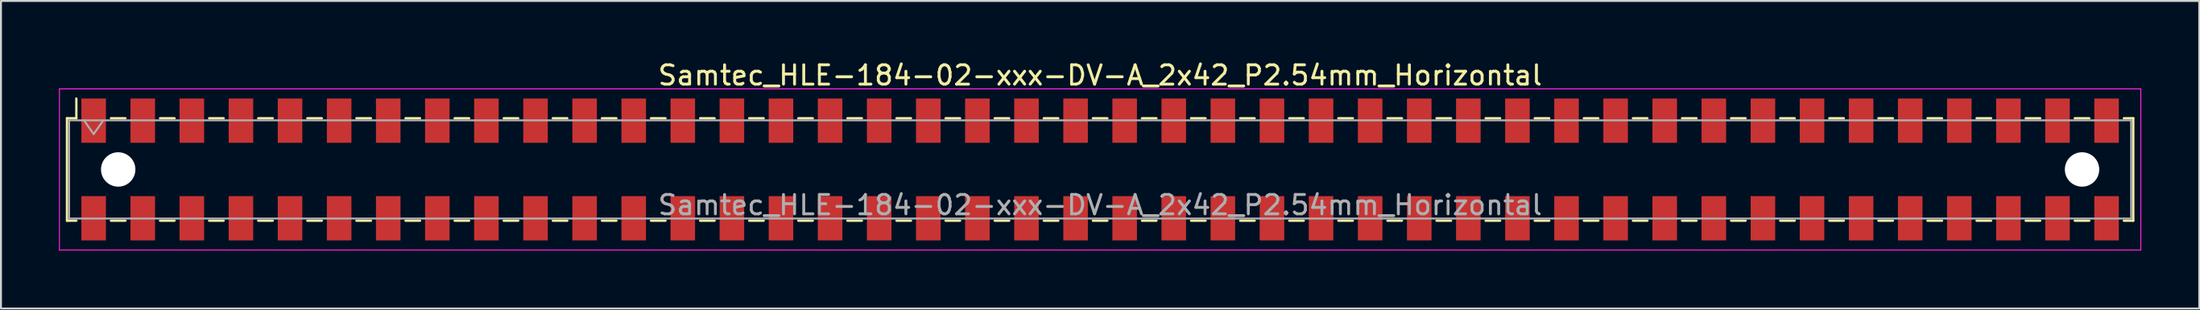
<source format=kicad_pcb>
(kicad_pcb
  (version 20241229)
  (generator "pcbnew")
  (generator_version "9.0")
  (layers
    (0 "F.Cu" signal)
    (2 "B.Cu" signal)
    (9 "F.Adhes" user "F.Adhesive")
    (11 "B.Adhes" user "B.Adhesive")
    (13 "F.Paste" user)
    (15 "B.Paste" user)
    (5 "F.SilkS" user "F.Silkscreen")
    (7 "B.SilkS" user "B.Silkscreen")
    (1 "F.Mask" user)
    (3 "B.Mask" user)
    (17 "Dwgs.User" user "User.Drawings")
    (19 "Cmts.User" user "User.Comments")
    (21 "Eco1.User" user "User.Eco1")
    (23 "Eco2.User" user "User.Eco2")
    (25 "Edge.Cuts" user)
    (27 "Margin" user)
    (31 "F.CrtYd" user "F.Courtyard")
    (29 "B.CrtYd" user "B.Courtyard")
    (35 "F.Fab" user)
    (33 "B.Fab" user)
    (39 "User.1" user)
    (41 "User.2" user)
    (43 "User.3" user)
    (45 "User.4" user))
  (footprint "Samtec_HLE-184-02-xxx-DV-A_2x42_P2.54mm_Horizontal"
    (layer "F.Cu")
    (at 53.865 5.718)
    (property "Reference" "Samtec_HLE-184-02-xxx-DV-A_2x42_P2.54mm_Horizontal" (at 0 -4.87 0) (layer "F.SilkS") (effects (font (size 1 1) (thickness 0.15))))
    (attr smd)
    (fp_line (start -53.45 -2.65) (end -53.45 2.65) (stroke (width 0.12) (type solid)) (layer "F.SilkS"))
    (fp_line (start -53.45 2.65) (end -52.965 2.65) (stroke (width 0.12) (type solid)) (layer "F.SilkS"))
    (fp_line (start -52.965 -3.67) (end -52.965 -2.65) (stroke (width 0.12) (type solid)) (layer "F.SilkS"))
    (fp_line (start -52.965 -2.65) (end -53.45 -2.65) (stroke (width 0.12) (type solid)) (layer "F.SilkS"))
    (fp_line (start -51.175 -2.65) (end -50.425 -2.65) (stroke (width 0.12) (type solid)) (layer "F.SilkS"))
    (fp_line (start -51.175 2.65) (end -50.425 2.65) (stroke (width 0.12) (type solid)) (layer "F.SilkS"))
    (fp_line (start -48.635 -2.65) (end -47.885 -2.65) (stroke (width 0.12) (type solid)) (layer "F.SilkS"))
    (fp_line (start -48.635 2.65) (end -47.885 2.65) (stroke (width 0.12) (type solid)) (layer "F.SilkS"))
    (fp_line (start -46.095 -2.65) (end -45.345 -2.65) (stroke (width 0.12) (type solid)) (layer "F.SilkS"))
    (fp_line (start -46.095 2.65) (end -45.345 2.65) (stroke (width 0.12) (type solid)) (layer "F.SilkS"))
    (fp_line (start -43.555 -2.65) (end -42.805 -2.65) (stroke (width 0.12) (type solid)) (layer "F.SilkS"))
    (fp_line (start -43.555 2.65) (end -42.805 2.65) (stroke (width 0.12) (type solid)) (layer "F.SilkS"))
    (fp_line (start -41.015 -2.65) (end -40.265 -2.65) (stroke (width 0.12) (type solid)) (layer "F.SilkS"))
    (fp_line (start -41.015 2.65) (end -40.265 2.65) (stroke (width 0.12) (type solid)) (layer "F.SilkS"))
    (fp_line (start -38.475 -2.65) (end -37.725 -2.65) (stroke (width 0.12) (type solid)) (layer "F.SilkS"))
    (fp_line (start -38.475 2.65) (end -37.725 2.65) (stroke (width 0.12) (type solid)) (layer "F.SilkS"))
    (fp_line (start -35.935 -2.65) (end -35.185 -2.65) (stroke (width 0.12) (type solid)) (layer "F.SilkS"))
    (fp_line (start -35.935 2.65) (end -35.185 2.65) (stroke (width 0.12) (type solid)) (layer "F.SilkS"))
    (fp_line (start -33.395 -2.65) (end -32.645 -2.65) (stroke (width 0.12) (type solid)) (layer "F.SilkS"))
    (fp_line (start -33.395 2.65) (end -32.645 2.65) (stroke (width 0.12) (type solid)) (layer "F.SilkS"))
    (fp_line (start -30.855 -2.65) (end -30.105 -2.65) (stroke (width 0.12) (type solid)) (layer "F.SilkS"))
    (fp_line (start -30.855 2.65) (end -30.105 2.65) (stroke (width 0.12) (type solid)) (layer "F.SilkS"))
    (fp_line (start -28.315 -2.65) (end -27.565 -2.65) (stroke (width 0.12) (type solid)) (layer "F.SilkS"))
    (fp_line (start -28.315 2.65) (end -27.565 2.65) (stroke (width 0.12) (type solid)) (layer "F.SilkS"))
    (fp_line (start -25.775 -2.65) (end -25.025 -2.65) (stroke (width 0.12) (type solid)) (layer "F.SilkS"))
    (fp_line (start -25.775 2.65) (end -25.025 2.65) (stroke (width 0.12) (type solid)) (layer "F.SilkS"))
    (fp_line (start -23.235 -2.65) (end -22.485 -2.65) (stroke (width 0.12) (type solid)) (layer "F.SilkS"))
    (fp_line (start -23.235 2.65) (end -22.485 2.65) (stroke (width 0.12) (type solid)) (layer "F.SilkS"))
    (fp_line (start -20.695 -2.65) (end -19.945 -2.65) (stroke (width 0.12) (type solid)) (layer "F.SilkS"))
    (fp_line (start -20.695 2.65) (end -19.945 2.65) (stroke (width 0.12) (type solid)) (layer "F.SilkS"))
    (fp_line (start -18.155 -2.65) (end -17.405 -2.65) (stroke (width 0.12) (type solid)) (layer "F.SilkS"))
    (fp_line (start -18.155 2.65) (end -17.405 2.65) (stroke (width 0.12) (type solid)) (layer "F.SilkS"))
    (fp_line (start -15.615 -2.65) (end -14.865 -2.65) (stroke (width 0.12) (type solid)) (layer "F.SilkS"))
    (fp_line (start -15.615 2.65) (end -14.865 2.65) (stroke (width 0.12) (type solid)) (layer "F.SilkS"))
    (fp_line (start -13.075 -2.65) (end -12.325 -2.65) (stroke (width 0.12) (type solid)) (layer "F.SilkS"))
    (fp_line (start -13.075 2.65) (end -12.325 2.65) (stroke (width 0.12) (type solid)) (layer "F.SilkS"))
    (fp_line (start -10.535 -2.65) (end -9.785 -2.65) (stroke (width 0.12) (type solid)) (layer "F.SilkS"))
    (fp_line (start -10.535 2.65) (end -9.785 2.65) (stroke (width 0.12) (type solid)) (layer "F.SilkS"))
    (fp_line (start -7.995 -2.65) (end -7.245 -2.65) (stroke (width 0.12) (type solid)) (layer "F.SilkS"))
    (fp_line (start -7.995 2.65) (end -7.245 2.65) (stroke (width 0.12) (type solid)) (layer "F.SilkS"))
    (fp_line (start -5.455 -2.65) (end -4.705 -2.65) (stroke (width 0.12) (type solid)) (layer "F.SilkS"))
    (fp_line (start -5.455 2.65) (end -4.705 2.65) (stroke (width 0.12) (type solid)) (layer "F.SilkS"))
    (fp_line (start -2.915 -2.65) (end -2.165 -2.65) (stroke (width 0.12) (type solid)) (layer "F.SilkS"))
    (fp_line (start -2.915 2.65) (end -2.165 2.65) (stroke (width 0.12) (type solid)) (layer "F.SilkS"))
    (fp_line (start -0.375 -2.65) (end 0.375 -2.65) (stroke (width 0.12) (type solid)) (layer "F.SilkS"))
    (fp_line (start -0.375 2.65) (end 0.375 2.65) (stroke (width 0.12) (type solid)) (layer "F.SilkS"))
    (fp_line (start 2.165 -2.65) (end 2.915 -2.65) (stroke (width 0.12) (type solid)) (layer "F.SilkS"))
    (fp_line (start 2.165 2.65) (end 2.915 2.65) (stroke (width 0.12) (type solid)) (layer "F.SilkS"))
    (fp_line (start 4.705 -2.65) (end 5.455 -2.65) (stroke (width 0.12) (type solid)) (layer "F.SilkS"))
    (fp_line (start 4.705 2.65) (end 5.455 2.65) (stroke (width 0.12) (type solid)) (layer "F.SilkS"))
    (fp_line (start 7.245 -2.65) (end 7.995 -2.65) (stroke (width 0.12) (type solid)) (layer "F.SilkS"))
    (fp_line (start 7.245 2.65) (end 7.995 2.65) (stroke (width 0.12) (type solid)) (layer "F.SilkS"))
    (fp_line (start 9.785 -2.65) (end 10.535 -2.65) (stroke (width 0.12) (type solid)) (layer "F.SilkS"))
    (fp_line (start 9.785 2.65) (end 10.535 2.65) (stroke (width 0.12) (type solid)) (layer "F.SilkS"))
    (fp_line (start 12.325 -2.65) (end 13.075 -2.65) (stroke (width 0.12) (type solid)) (layer "F.SilkS"))
    (fp_line (start 12.325 2.65) (end 13.075 2.65) (stroke (width 0.12) (type solid)) (layer "F.SilkS"))
    (fp_line (start 14.865 -2.65) (end 15.615 -2.65) (stroke (width 0.12) (type solid)) (layer "F.SilkS"))
    (fp_line (start 14.865 2.65) (end 15.615 2.65) (stroke (width 0.12) (type solid)) (layer "F.SilkS"))
    (fp_line (start 17.405 -2.65) (end 18.155 -2.65) (stroke (width 0.12) (type solid)) (layer "F.SilkS"))
    (fp_line (start 17.405 2.65) (end 18.155 2.65) (stroke (width 0.12) (type solid)) (layer "F.SilkS"))
    (fp_line (start 19.945 -2.65) (end 20.695 -2.65) (stroke (width 0.12) (type solid)) (layer "F.SilkS"))
    (fp_line (start 19.945 2.65) (end 20.695 2.65) (stroke (width 0.12) (type solid)) (layer "F.SilkS"))
    (fp_line (start 22.485 -2.65) (end 23.235 -2.65) (stroke (width 0.12) (type solid)) (layer "F.SilkS"))
    (fp_line (start 22.485 2.65) (end 23.235 2.65) (stroke (width 0.12) (type solid)) (layer "F.SilkS"))
    (fp_line (start 25.025 -2.65) (end 25.775 -2.65) (stroke (width 0.12) (type solid)) (layer "F.SilkS"))
    (fp_line (start 25.025 2.65) (end 25.775 2.65) (stroke (width 0.12) (type solid)) (layer "F.SilkS"))
    (fp_line (start 27.565 -2.65) (end 28.315 -2.65) (stroke (width 0.12) (type solid)) (layer "F.SilkS"))
    (fp_line (start 27.565 2.65) (end 28.315 2.65) (stroke (width 0.12) (type solid)) (layer "F.SilkS"))
    (fp_line (start 30.105 -2.65) (end 30.855 -2.65) (stroke (width 0.12) (type solid)) (layer "F.SilkS"))
    (fp_line (start 30.105 2.65) (end 30.855 2.65) (stroke (width 0.12) (type solid)) (layer "F.SilkS"))
    (fp_line (start 32.645 -2.65) (end 33.395 -2.65) (stroke (width 0.12) (type solid)) (layer "F.SilkS"))
    (fp_line (start 32.645 2.65) (end 33.395 2.65) (stroke (width 0.12) (type solid)) (layer "F.SilkS"))
    (fp_line (start 35.185 -2.65) (end 35.935 -2.65) (stroke (width 0.12) (type solid)) (layer "F.SilkS"))
    (fp_line (start 35.185 2.65) (end 35.935 2.65) (stroke (width 0.12) (type solid)) (layer "F.SilkS"))
    (fp_line (start 37.725 -2.65) (end 38.475 -2.65) (stroke (width 0.12) (type solid)) (layer "F.SilkS"))
    (fp_line (start 37.725 2.65) (end 38.475 2.65) (stroke (width 0.12) (type solid)) (layer "F.SilkS"))
    (fp_line (start 40.265 -2.65) (end 41.015 -2.65) (stroke (width 0.12) (type solid)) (layer "F.SilkS"))
    (fp_line (start 40.265 2.65) (end 41.015 2.65) (stroke (width 0.12) (type solid)) (layer "F.SilkS"))
    (fp_line (start 42.805 -2.65) (end 43.555 -2.65) (stroke (width 0.12) (type solid)) (layer "F.SilkS"))
    (fp_line (start 42.805 2.65) (end 43.555 2.65) (stroke (width 0.12) (type solid)) (layer "F.SilkS"))
    (fp_line (start 45.345 -2.65) (end 46.095 -2.65) (stroke (width 0.12) (type solid)) (layer "F.SilkS"))
    (fp_line (start 45.345 2.65) (end 46.095 2.65) (stroke (width 0.12) (type solid)) (layer "F.SilkS"))
    (fp_line (start 47.885 -2.65) (end 48.635 -2.65) (stroke (width 0.12) (type solid)) (layer "F.SilkS"))
    (fp_line (start 47.885 2.65) (end 48.635 2.65) (stroke (width 0.12) (type solid)) (layer "F.SilkS"))
    (fp_line (start 50.425 -2.65) (end 51.175 -2.65) (stroke (width 0.12) (type solid)) (layer "F.SilkS"))
    (fp_line (start 50.425 2.65) (end 51.175 2.65) (stroke (width 0.12) (type solid)) (layer "F.SilkS"))
    (fp_line (start 52.965 -2.65) (end 53.45 -2.65) (stroke (width 0.12) (type solid)) (layer "F.SilkS"))
    (fp_line (start 53.45 -2.65) (end 53.45 2.65) (stroke (width 0.12) (type solid)) (layer "F.SilkS"))
    (fp_line (start 53.45 2.65) (end 52.965 2.65) (stroke (width 0.12) (type solid)) (layer "F.SilkS"))
    (fp_line (start -53.84 -4.17) (end 53.84 -4.17) (stroke (width 0.05) (type solid)) (layer "F.CrtYd"))
    (fp_line (start -53.84 4.17) (end -53.84 -4.17) (stroke (width 0.05) (type solid)) (layer "F.CrtYd"))
    (fp_line (start 53.84 -4.17) (end 53.84 4.17) (stroke (width 0.05) (type solid)) (layer "F.CrtYd"))
    (fp_line (start 53.84 4.17) (end -53.84 4.17) (stroke (width 0.05) (type solid)) (layer "F.CrtYd"))
    (fp_line (start -53.34 -2.54) (end 53.34 -2.54) (stroke (width 0.1) (type solid)) (layer "F.Fab"))
    (fp_line (start -53.34 2.54) (end -53.34 -2.54) (stroke (width 0.1) (type solid)) (layer "F.Fab"))
    (fp_line (start -52.57 -2.54) (end -52.07 -1.833) (stroke (width 0.1) (type solid)) (layer "F.Fab"))
    (fp_line (start -52.07 -1.833) (end -51.57 -2.54) (stroke (width 0.1) (type solid)) (layer "F.Fab"))
    (fp_line (start 53.34 -2.54) (end 53.34 2.54) (stroke (width 0.1) (type solid)) (layer "F.Fab"))
    (fp_line (start 53.34 2.54) (end -53.34 2.54) (stroke (width 0.1) (type solid)) (layer "F.Fab"))
    (fp_text user "${REFERENCE}" (at 0 1.84 0) (layer "F.Fab") (effects (font (size 1 1) (thickness 0.15))))
    (pad "" np_thru_hole circle (at -50.8 0) (size 1.78 1.78) (drill 1.78) (layers "*.Cu" "*.Mask"))
    (pad "" np_thru_hole circle (at 50.8 0) (size 1.78 1.78) (drill 1.78) (layers "*.Cu" "*.Mask"))
    (pad "1" smd rect (at -52.07 -2.525) (size 1.27 2.29) (layers "F.Cu" "F.Mask" "F.Paste"))
    (pad "2" smd rect (at -52.07 2.525) (size 1.27 2.29) (layers "F.Cu" "F.Mask" "F.Paste"))
    (pad "3" smd rect (at -49.53 -2.525) (size 1.27 2.29) (layers "F.Cu" "F.Mask" "F.Paste"))
    (pad "4" smd rect (at -49.53 2.525) (size 1.27 2.29) (layers "F.Cu" "F.Mask" "F.Paste"))
    (pad "5" smd rect (at -46.99 -2.525) (size 1.27 2.29) (layers "F.Cu" "F.Mask" "F.Paste"))
    (pad "6" smd rect (at -46.99 2.525) (size 1.27 2.29) (layers "F.Cu" "F.Mask" "F.Paste"))
    (pad "7" smd rect (at -44.45 -2.525) (size 1.27 2.29) (layers "F.Cu" "F.Mask" "F.Paste"))
    (pad "8" smd rect (at -44.45 2.525) (size 1.27 2.29) (layers "F.Cu" "F.Mask" "F.Paste"))
    (pad "9" smd rect (at -41.91 -2.525) (size 1.27 2.29) (layers "F.Cu" "F.Mask" "F.Paste"))
    (pad "10" smd rect (at -41.91 2.525) (size 1.27 2.29) (layers "F.Cu" "F.Mask" "F.Paste"))
    (pad "11" smd rect (at -39.37 -2.525) (size 1.27 2.29) (layers "F.Cu" "F.Mask" "F.Paste"))
    (pad "12" smd rect (at -39.37 2.525) (size 1.27 2.29) (layers "F.Cu" "F.Mask" "F.Paste"))
    (pad "13" smd rect (at -36.83 -2.525) (size 1.27 2.29) (layers "F.Cu" "F.Mask" "F.Paste"))
    (pad "14" smd rect (at -36.83 2.525) (size 1.27 2.29) (layers "F.Cu" "F.Mask" "F.Paste"))
    (pad "15" smd rect (at -34.29 -2.525) (size 1.27 2.29) (layers "F.Cu" "F.Mask" "F.Paste"))
    (pad "16" smd rect (at -34.29 2.525) (size 1.27 2.29) (layers "F.Cu" "F.Mask" "F.Paste"))
    (pad "17" smd rect (at -31.75 -2.525) (size 1.27 2.29) (layers "F.Cu" "F.Mask" "F.Paste"))
    (pad "18" smd rect (at -31.75 2.525) (size 1.27 2.29) (layers "F.Cu" "F.Mask" "F.Paste"))
    (pad "19" smd rect (at -29.21 -2.525) (size 1.27 2.29) (layers "F.Cu" "F.Mask" "F.Paste"))
    (pad "20" smd rect (at -29.21 2.525) (size 1.27 2.29) (layers "F.Cu" "F.Mask" "F.Paste"))
    (pad "21" smd rect (at -26.67 -2.525) (size 1.27 2.29) (layers "F.Cu" "F.Mask" "F.Paste"))
    (pad "22" smd rect (at -26.67 2.525) (size 1.27 2.29) (layers "F.Cu" "F.Mask" "F.Paste"))
    (pad "23" smd rect (at -24.13 -2.525) (size 1.27 2.29) (layers "F.Cu" "F.Mask" "F.Paste"))
    (pad "24" smd rect (at -24.13 2.525) (size 1.27 2.29) (layers "F.Cu" "F.Mask" "F.Paste"))
    (pad "25" smd rect (at -21.59 -2.525) (size 1.27 2.29) (layers "F.Cu" "F.Mask" "F.Paste"))
    (pad "26" smd rect (at -21.59 2.525) (size 1.27 2.29) (layers "F.Cu" "F.Mask" "F.Paste"))
    (pad "27" smd rect (at -19.05 -2.525) (size 1.27 2.29) (layers "F.Cu" "F.Mask" "F.Paste"))
    (pad "28" smd rect (at -19.05 2.525) (size 1.27 2.29) (layers "F.Cu" "F.Mask" "F.Paste"))
    (pad "29" smd rect (at -16.51 -2.525) (size 1.27 2.29) (layers "F.Cu" "F.Mask" "F.Paste"))
    (pad "30" smd rect (at -16.51 2.525) (size 1.27 2.29) (layers "F.Cu" "F.Mask" "F.Paste"))
    (pad "31" smd rect (at -13.97 -2.525) (size 1.27 2.29) (layers "F.Cu" "F.Mask" "F.Paste"))
    (pad "32" smd rect (at -13.97 2.525) (size 1.27 2.29) (layers "F.Cu" "F.Mask" "F.Paste"))
    (pad "33" smd rect (at -11.43 -2.525) (size 1.27 2.29) (layers "F.Cu" "F.Mask" "F.Paste"))
    (pad "34" smd rect (at -11.43 2.525) (size 1.27 2.29) (layers "F.Cu" "F.Mask" "F.Paste"))
    (pad "35" smd rect (at -8.89 -2.525) (size 1.27 2.29) (layers "F.Cu" "F.Mask" "F.Paste"))
    (pad "36" smd rect (at -8.89 2.525) (size 1.27 2.29) (layers "F.Cu" "F.Mask" "F.Paste"))
    (pad "37" smd rect (at -6.35 -2.525) (size 1.27 2.29) (layers "F.Cu" "F.Mask" "F.Paste"))
    (pad "38" smd rect (at -6.35 2.525) (size 1.27 2.29) (layers "F.Cu" "F.Mask" "F.Paste"))
    (pad "39" smd rect (at -3.81 -2.525) (size 1.27 2.29) (layers "F.Cu" "F.Mask" "F.Paste"))
    (pad "40" smd rect (at -3.81 2.525) (size 1.27 2.29) (layers "F.Cu" "F.Mask" "F.Paste"))
    (pad "41" smd rect (at -1.27 -2.525) (size 1.27 2.29) (layers "F.Cu" "F.Mask" "F.Paste"))
    (pad "42" smd rect (at -1.27 2.525) (size 1.27 2.29) (layers "F.Cu" "F.Mask" "F.Paste"))
    (pad "43" smd rect (at 1.27 -2.525) (size 1.27 2.29) (layers "F.Cu" "F.Mask" "F.Paste"))
    (pad "44" smd rect (at 1.27 2.525) (size 1.27 2.29) (layers "F.Cu" "F.Mask" "F.Paste"))
    (pad "45" smd rect (at 3.81 -2.525) (size 1.27 2.29) (layers "F.Cu" "F.Mask" "F.Paste"))
    (pad "46" smd rect (at 3.81 2.525) (size 1.27 2.29) (layers "F.Cu" "F.Mask" "F.Paste"))
    (pad "47" smd rect (at 6.35 -2.525) (size 1.27 2.29) (layers "F.Cu" "F.Mask" "F.Paste"))
    (pad "48" smd rect (at 6.35 2.525) (size 1.27 2.29) (layers "F.Cu" "F.Mask" "F.Paste"))
    (pad "49" smd rect (at 8.89 -2.525) (size 1.27 2.29) (layers "F.Cu" "F.Mask" "F.Paste"))
    (pad "50" smd rect (at 8.89 2.525) (size 1.27 2.29) (layers "F.Cu" "F.Mask" "F.Paste"))
    (pad "51" smd rect (at 11.43 -2.525) (size 1.27 2.29) (layers "F.Cu" "F.Mask" "F.Paste"))
    (pad "52" smd rect (at 11.43 2.525) (size 1.27 2.29) (layers "F.Cu" "F.Mask" "F.Paste"))
    (pad "53" smd rect (at 13.97 -2.525) (size 1.27 2.29) (layers "F.Cu" "F.Mask" "F.Paste"))
    (pad "54" smd rect (at 13.97 2.525) (size 1.27 2.29) (layers "F.Cu" "F.Mask" "F.Paste"))
    (pad "55" smd rect (at 16.51 -2.525) (size 1.27 2.29) (layers "F.Cu" "F.Mask" "F.Paste"))
    (pad "56" smd rect (at 16.51 2.525) (size 1.27 2.29) (layers "F.Cu" "F.Mask" "F.Paste"))
    (pad "57" smd rect (at 19.05 -2.525) (size 1.27 2.29) (layers "F.Cu" "F.Mask" "F.Paste"))
    (pad "58" smd rect (at 19.05 2.525) (size 1.27 2.29) (layers "F.Cu" "F.Mask" "F.Paste"))
    (pad "59" smd rect (at 21.59 -2.525) (size 1.27 2.29) (layers "F.Cu" "F.Mask" "F.Paste"))
    (pad "60" smd rect (at 21.59 2.525) (size 1.27 2.29) (layers "F.Cu" "F.Mask" "F.Paste"))
    (pad "61" smd rect (at 24.13 -2.525) (size 1.27 2.29) (layers "F.Cu" "F.Mask" "F.Paste"))
    (pad "62" smd rect (at 24.13 2.525) (size 1.27 2.29) (layers "F.Cu" "F.Mask" "F.Paste"))
    (pad "63" smd rect (at 26.67 -2.525) (size 1.27 2.29) (layers "F.Cu" "F.Mask" "F.Paste"))
    (pad "64" smd rect (at 26.67 2.525) (size 1.27 2.29) (layers "F.Cu" "F.Mask" "F.Paste"))
    (pad "65" smd rect (at 29.21 -2.525) (size 1.27 2.29) (layers "F.Cu" "F.Mask" "F.Paste"))
    (pad "66" smd rect (at 29.21 2.525) (size 1.27 2.29) (layers "F.Cu" "F.Mask" "F.Paste"))
    (pad "67" smd rect (at 31.75 -2.525) (size 1.27 2.29) (layers "F.Cu" "F.Mask" "F.Paste"))
    (pad "68" smd rect (at 31.75 2.525) (size 1.27 2.29) (layers "F.Cu" "F.Mask" "F.Paste"))
    (pad "69" smd rect (at 34.29 -2.525) (size 1.27 2.29) (layers "F.Cu" "F.Mask" "F.Paste"))
    (pad "70" smd rect (at 34.29 2.525) (size 1.27 2.29) (layers "F.Cu" "F.Mask" "F.Paste"))
    (pad "71" smd rect (at 36.83 -2.525) (size 1.27 2.29) (layers "F.Cu" "F.Mask" "F.Paste"))
    (pad "72" smd rect (at 36.83 2.525) (size 1.27 2.29) (layers "F.Cu" "F.Mask" "F.Paste"))
    (pad "73" smd rect (at 39.37 -2.525) (size 1.27 2.29) (layers "F.Cu" "F.Mask" "F.Paste"))
    (pad "74" smd rect (at 39.37 2.525) (size 1.27 2.29) (layers "F.Cu" "F.Mask" "F.Paste"))
    (pad "75" smd rect (at 41.91 -2.525) (size 1.27 2.29) (layers "F.Cu" "F.Mask" "F.Paste"))
    (pad "76" smd rect (at 41.91 2.525) (size 1.27 2.29) (layers "F.Cu" "F.Mask" "F.Paste"))
    (pad "77" smd rect (at 44.45 -2.525) (size 1.27 2.29) (layers "F.Cu" "F.Mask" "F.Paste"))
    (pad "78" smd rect (at 44.45 2.525) (size 1.27 2.29) (layers "F.Cu" "F.Mask" "F.Paste"))
    (pad "79" smd rect (at 46.99 -2.525) (size 1.27 2.29) (layers "F.Cu" "F.Mask" "F.Paste"))
    (pad "80" smd rect (at 46.99 2.525) (size 1.27 2.29) (layers "F.Cu" "F.Mask" "F.Paste"))
    (pad "81" smd rect (at 49.53 -2.525) (size 1.27 2.29) (layers "F.Cu" "F.Mask" "F.Paste"))
    (pad "82" smd rect (at 49.53 2.525) (size 1.27 2.29) (layers "F.Cu" "F.Mask" "F.Paste"))
    (pad "83" smd rect (at 52.07 -2.525) (size 1.27 2.29) (layers "F.Cu" "F.Mask" "F.Paste"))
    (pad "84" smd rect (at 52.07 2.525) (size 1.27 2.29) (layers "F.Cu" "F.Mask" "F.Paste")))
  (gr_rect
    (start -3 -3)
    (end 110.73 12.913)
    (stroke (width 0.1) (type default))
    (fill no)
    (layer "Edge.Cuts")))
</source>
